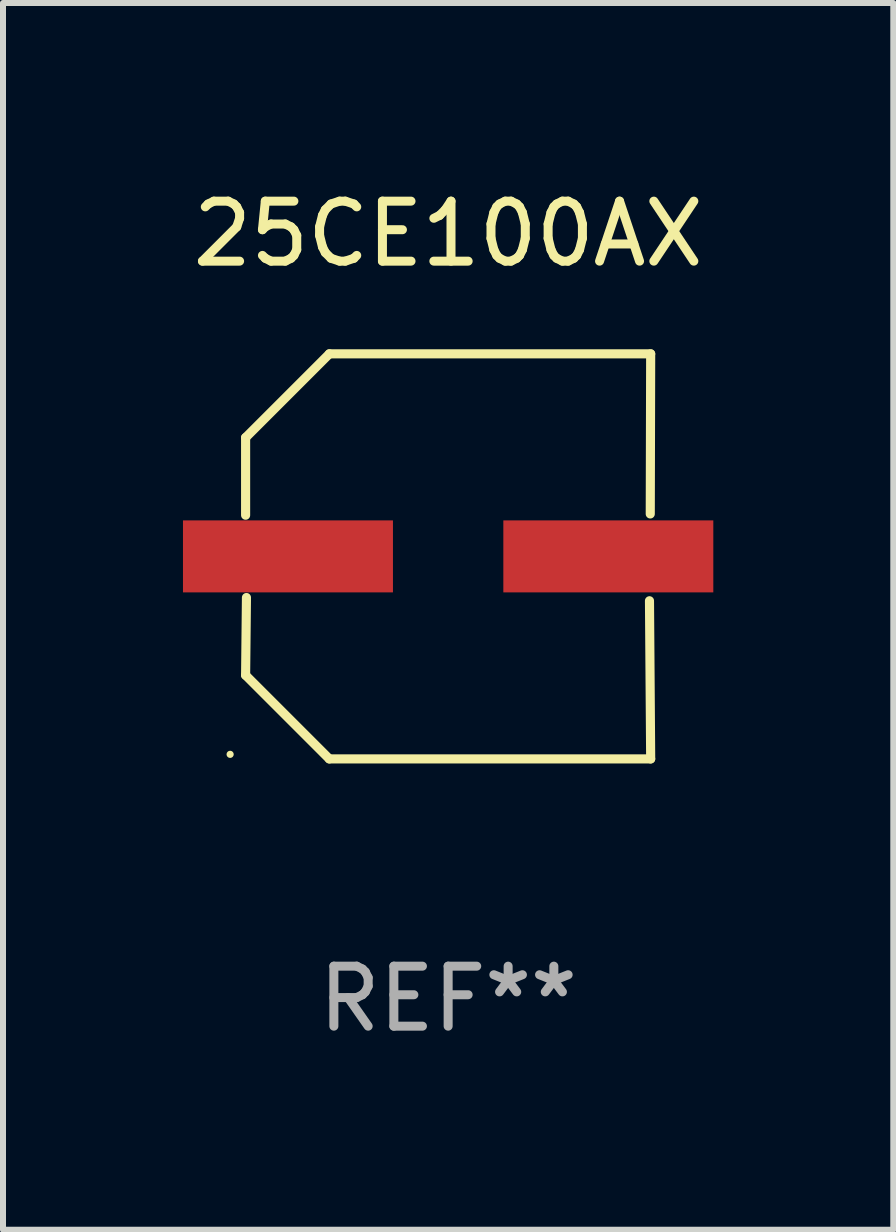
<source format=kicad_pcb>
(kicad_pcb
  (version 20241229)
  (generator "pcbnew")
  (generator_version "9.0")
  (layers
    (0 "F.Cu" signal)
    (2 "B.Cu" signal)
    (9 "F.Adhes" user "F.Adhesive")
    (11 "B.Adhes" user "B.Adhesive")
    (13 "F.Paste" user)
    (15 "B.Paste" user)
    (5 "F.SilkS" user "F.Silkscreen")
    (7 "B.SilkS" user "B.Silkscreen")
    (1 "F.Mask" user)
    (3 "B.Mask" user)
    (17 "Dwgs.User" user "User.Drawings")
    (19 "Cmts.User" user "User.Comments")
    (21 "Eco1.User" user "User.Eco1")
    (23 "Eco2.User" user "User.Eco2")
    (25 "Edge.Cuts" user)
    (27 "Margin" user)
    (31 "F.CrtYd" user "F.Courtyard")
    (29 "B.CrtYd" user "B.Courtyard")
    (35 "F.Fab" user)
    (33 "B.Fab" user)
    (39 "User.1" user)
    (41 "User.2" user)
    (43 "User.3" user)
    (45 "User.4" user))
  (footprint "25CE100AX"
    (layer "F.Cu")
    (at 4.42 6.224)
    (property "Reference" "25CE100AX" (at 0 -5.376 0) (layer "F.SilkS") (effects (font (size 1 1) (thickness 0.15))))
    (attr through_hole)
    (fp_line (start -3.376 -1.98) (end -3.376 -0.686) (stroke (width 0.152) (type solid)) (layer "F.SilkS"))
    (fp_line (start -3.376 1.981) (end -3.362 0.686) (stroke (width 0.152) (type solid)) (layer "F.SilkS"))
    (fp_line (start -1.981 3.376) (end -3.376 1.981) (stroke (width 0.152) (type solid)) (layer "F.SilkS"))
    (fp_line (start -1.98 -3.376) (end -3.376 -1.98) (stroke (width 0.152) (type solid)) (layer "F.SilkS"))
    (fp_line (start 3.356 0.74) (end 3.376 3.376) (stroke (width 0.152) (type solid)) (layer "F.SilkS"))
    (fp_line (start 3.369 -0.707) (end 3.376 -3.376) (stroke (width 0.152) (type solid)) (layer "F.SilkS"))
    (fp_line (start 3.376 3.376) (end -1.981 3.376) (stroke (width 0.152) (type solid)) (layer "F.SilkS"))
    (fp_line (start 3.376 -3.376) (end -1.98 -3.376) (stroke (width 0.152) (type solid)) (layer "F.SilkS"))
    (fp_circle (center -3.634 3.3) (end -3.604 3.3) (stroke (width 0.06) (type solid)) (fill no) (layer "F.SilkS"))
    (fp_text user "REF**" (at 0 7.376 0) (layer "F.Fab") (effects (font (size 1 1) (thickness 0.15))))
    (pad "1" smd rect (at -2.67 0.000254) (size 3.5 1.2) (layers "F.Cu" "F.Mask" "F.Paste"))
    (pad "2" smd rect (at 2.67 0.000254) (size 3.5 1.2) (layers "F.Cu" "F.Mask" "F.Paste")))
  (gr_rect
    (start -3 -3)
    (end 11.84 17.448)
    (stroke (width 0.1) (type default))
    (fill no)
    (layer "Edge.Cuts")))
</source>
